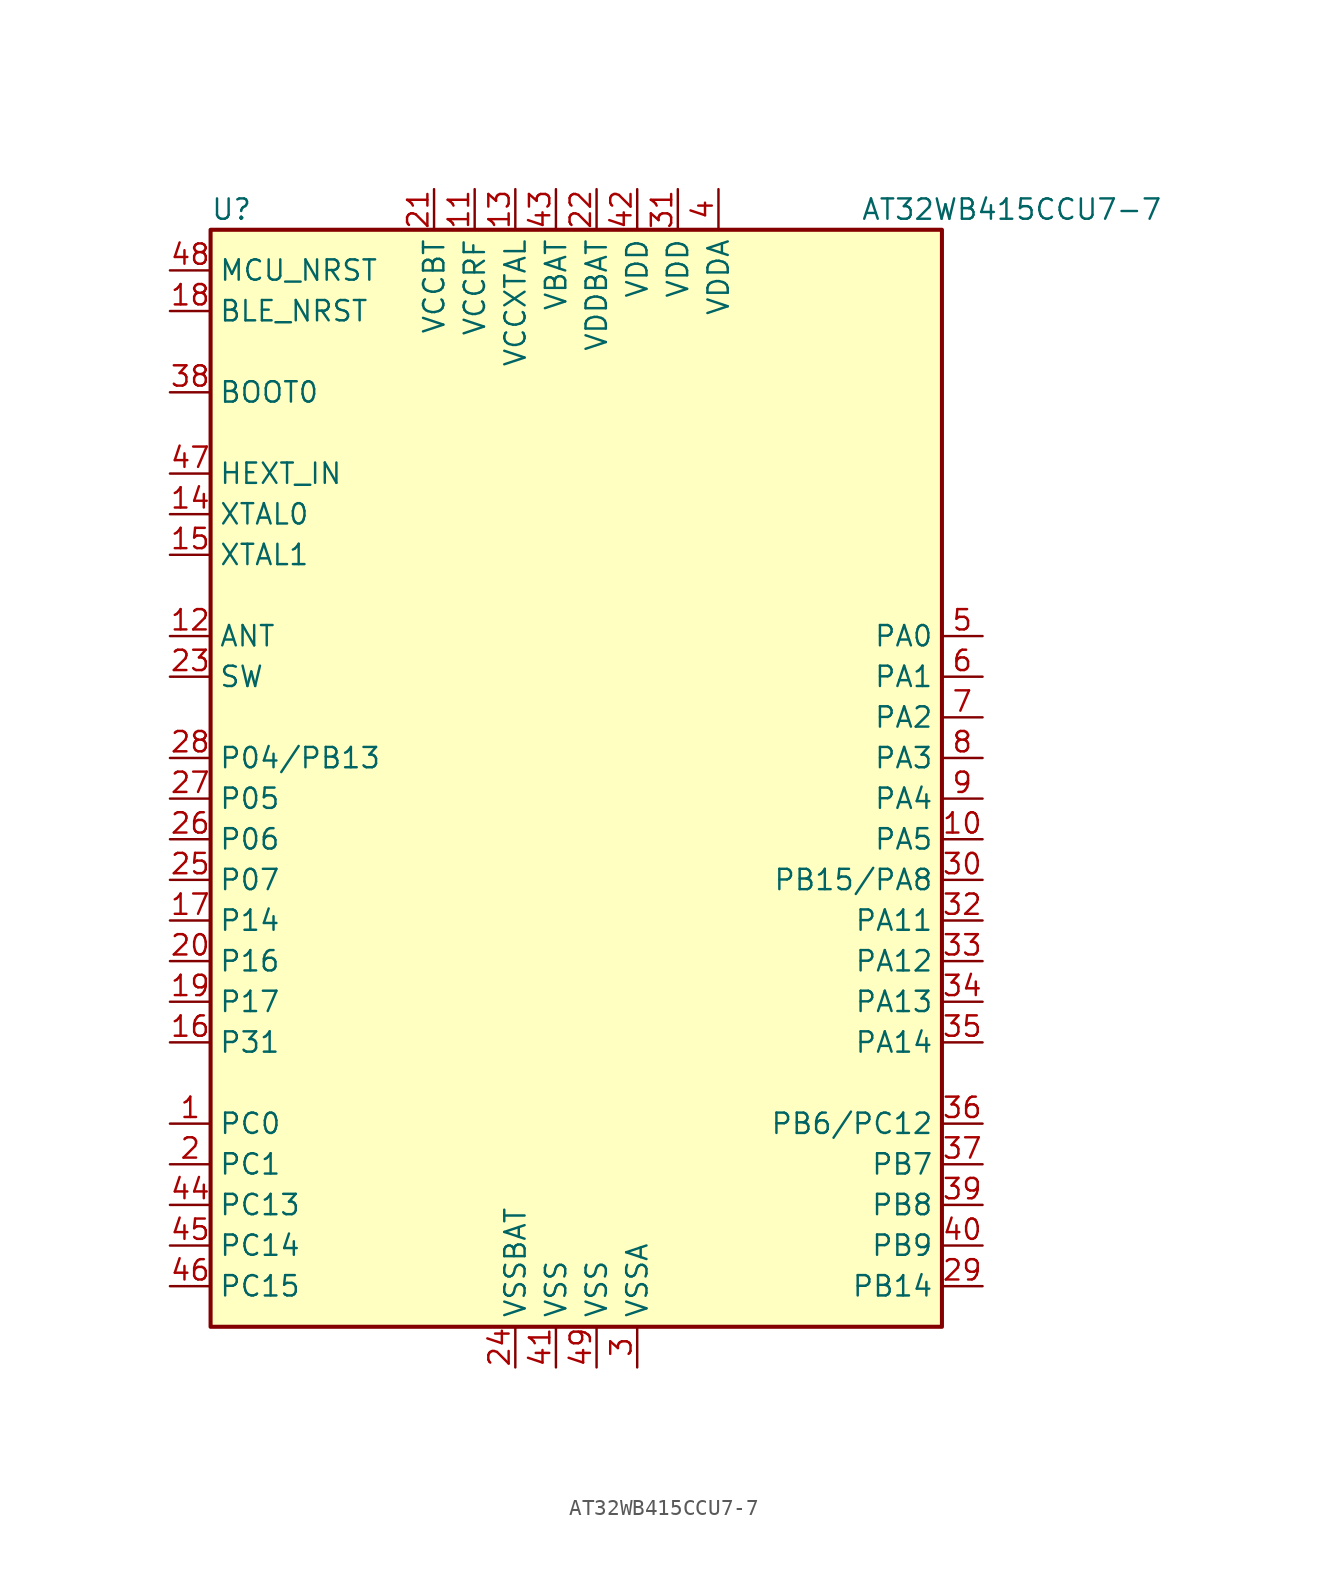
<source format=kicad_sym>
(kicad_symbol_lib
  (version 20220331)
  (generator kicad_symbol_editor)
  (symbol "AT32WB415CCU7-7"
    (property "Reference" "U"
      (at -22.86 35.56 0)
      (effects (font (size 1.27 1.27)) (justify left)))
    (property "Value" "AT32WB415CCU7-7"
      (at 17.78 35.56 0)
      (effects (font (size 1.27 1.27)) (justify left)))
    (symbol "AT32WB415CCU7-7_0_1"
      (rectangle (start -22.86 34.29) (end 22.86 -34.29) (stroke (width 0.254) (type default)) (fill (type background))))
    (symbol "AT32WB415CCU7-7_1_1"
      (pin bidirectional line (at -25.4 -21.59 0) (length 2.54) (name "PC0" (effects (font (size 1.27 1.27)))) (number "1" (effects (font (size 1.27 1.27)))))
      (pin bidirectional line (at 25.4 -3.81 180) (length 2.54) (name "PA5" (effects (font (size 1.27 1.27)))) (number "10" (effects (font (size 1.27 1.27)))))
      (pin power_in line (at -6.35 36.83 270) (length 2.54) (name "VCCRF" (effects (font (size 1.27 1.27)))) (number "11" (effects (font (size 1.27 1.27)))))
      (pin power_in line (at -25.4 8.89 0) (length 2.54) (name "ANT" (effects (font (size 1.27 1.27)))) (number "12" (effects (font (size 1.27 1.27)))))
      (pin power_in line (at -3.81 36.83 270) (length 2.54) (name "VCCXTAL" (effects (font (size 1.27 1.27)))) (number "13" (effects (font (size 1.27 1.27)))))
      (pin input line (at -25.4 16.51 0) (length 2.54) (name "XTAL0" (effects (font (size 1.27 1.27)))) (number "14" (effects (font (size 1.27 1.27)))))
      (pin input line (at -25.4 13.97 0) (length 2.54) (name "XTAL1" (effects (font (size 1.27 1.27)))) (number "15" (effects (font (size 1.27 1.27)))))
      (pin bidirectional line (at -25.4 -16.51 0) (length 2.54) (name "P31" (effects (font (size 1.27 1.27)))) (number "16" (effects (font (size 1.27 1.27)))))
      (pin bidirectional line (at -25.4 -8.89 0) (length 2.54) (name "P14" (effects (font (size 1.27 1.27)))) (number "17" (effects (font (size 1.27 1.27)))))
      (pin input line (at -25.4 29.21 0) (length 2.54) (name "BLE_NRST" (effects (font (size 1.27 1.27)))) (number "18" (effects (font (size 1.27 1.27)))))
      (pin bidirectional line (at -25.4 -13.97 0) (length 2.54) (name "P17" (effects (font (size 1.27 1.27)))) (number "19" (effects (font (size 1.27 1.27)))))
      (pin bidirectional line (at -25.4 -24.13 0) (length 2.54) (name "PC1" (effects (font (size 1.27 1.27)))) (number "2" (effects (font (size 1.27 1.27)))))
      (pin bidirectional line (at -25.4 -11.43 0) (length 2.54) (name "P16" (effects (font (size 1.27 1.27)))) (number "20" (effects (font (size 1.27 1.27)))))
      (pin power_in line (at -8.89 36.83 270) (length 2.54) (name "VCCBT" (effects (font (size 1.27 1.27)))) (number "21" (effects (font (size 1.27 1.27)))))
      (pin power_in line (at 1.27 36.83 270) (length 2.54) (name "VDDBAT" (effects (font (size 1.27 1.27)))) (number "22" (effects (font (size 1.27 1.27)))))
      (pin power_in line (at -25.4 6.35 0) (length 2.54) (name "SW" (effects (font (size 1.27 1.27)))) (number "23" (effects (font (size 1.27 1.27)))))
      (pin power_in line (at -3.81 -36.83 90) (length 2.54) (name "VSSBAT" (effects (font (size 1.27 1.27)))) (number "24" (effects (font (size 1.27 1.27)))))
      (pin bidirectional line (at -25.4 -6.35 0) (length 2.54) (name "P07" (effects (font (size 1.27 1.27)))) (number "25" (effects (font (size 1.27 1.27)))))
      (pin bidirectional line (at -25.4 -3.81 0) (length 2.54) (name "P06" (effects (font (size 1.27 1.27)))) (number "26" (effects (font (size 1.27 1.27)))))
      (pin bidirectional line (at -25.4 -1.27 0) (length 2.54) (name "P05" (effects (font (size 1.27 1.27)))) (number "27" (effects (font (size 1.27 1.27)))))
      (pin bidirectional line (at -25.4 1.27 0) (length 2.54) (name "P04/PB13" (effects (font (size 1.27 1.27)))) (number "28" (effects (font (size 1.27 1.27)))))
      (pin bidirectional line (at 25.4 -31.75 180) (length 2.54) (name "PB14" (effects (font (size 1.27 1.27)))) (number "29" (effects (font (size 1.27 1.27)))))
      (pin power_in line (at 3.81 -36.83 90) (length 2.54) (name "VSSA" (effects (font (size 1.27 1.27)))) (number "3" (effects (font (size 1.27 1.27)))))
      (pin bidirectional line (at 25.4 -6.35 180) (length 2.54) (name "PB15/PA8" (effects (font (size 1.27 1.27)))) (number "30" (effects (font (size 1.27 1.27)))))
      (pin power_in line (at 6.35 36.83 270) (length 2.54) (name "VDD" (effects (font (size 1.27 1.27)))) (number "31" (effects (font (size 1.27 1.27)))))
      (pin bidirectional line (at 25.4 -8.89 180) (length 2.54) (name "PA11" (effects (font (size 1.27 1.27)))) (number "32" (effects (font (size 1.27 1.27)))))
      (pin bidirectional line (at 25.4 -11.43 180) (length 2.54) (name "PA12" (effects (font (size 1.27 1.27)))) (number "33" (effects (font (size 1.27 1.27)))))
      (pin bidirectional line (at 25.4 -13.97 180) (length 2.54) (name "PA13" (effects (font (size 1.27 1.27)))) (number "34" (effects (font (size 1.27 1.27)))))
      (pin bidirectional line (at 25.4 -16.51 180) (length 2.54) (name "PA14" (effects (font (size 1.27 1.27)))) (number "35" (effects (font (size 1.27 1.27)))))
      (pin bidirectional line (at 25.4 -21.59 180) (length 2.54) (name "PB6/PC12" (effects (font (size 1.27 1.27)))) (number "36" (effects (font (size 1.27 1.27)))))
      (pin bidirectional line (at 25.4 -24.13 180) (length 2.54) (name "PB7" (effects (font (size 1.27 1.27)))) (number "37" (effects (font (size 1.27 1.27)))))
      (pin input line (at -25.4 24.13 0) (length 2.54) (name "BOOT0" (effects (font (size 1.27 1.27)))) (number "38" (effects (font (size 1.27 1.27)))))
      (pin bidirectional line (at 25.4 -26.67 180) (length 2.54) (name "PB8" (effects (font (size 1.27 1.27)))) (number "39" (effects (font (size 1.27 1.27)))))
      (pin power_in line (at 8.89 36.83 270) (length 2.54) (name "VDDA" (effects (font (size 1.27 1.27)))) (number "4" (effects (font (size 1.27 1.27)))))
      (pin bidirectional line (at 25.4 -29.21 180) (length 2.54) (name "PB9" (effects (font (size 1.27 1.27)))) (number "40" (effects (font (size 1.27 1.27)))))
      (pin power_in line (at -1.27 -36.83 90) (length 2.54) (name "VSS" (effects (font (size 1.27 1.27)))) (number "41" (effects (font (size 1.27 1.27)))))
      (pin power_in line (at 3.81 36.83 270) (length 2.54) (name "VDD" (effects (font (size 1.27 1.27)))) (number "42" (effects (font (size 1.27 1.27)))))
      (pin power_in line (at -1.27 36.83 270) (length 2.54) (name "VBAT" (effects (font (size 1.27 1.27)))) (number "43" (effects (font (size 1.27 1.27)))))
      (pin bidirectional line (at -25.4 -26.67 0) (length 2.54) (name "PC13" (effects (font (size 1.27 1.27)))) (number "44" (effects (font (size 1.27 1.27)))))
      (pin bidirectional line (at -25.4 -29.21 0) (length 2.54) (name "PC14" (effects (font (size 1.27 1.27)))) (number "45" (effects (font (size 1.27 1.27)))))
      (pin bidirectional line (at -25.4 -31.75 0) (length 2.54) (name "PC15" (effects (font (size 1.27 1.27)))) (number "46" (effects (font (size 1.27 1.27)))))
      (pin input line (at -25.4 19.05 0) (length 2.54) (name "HEXT_IN" (effects (font (size 1.27 1.27)))) (number "47" (effects (font (size 1.27 1.27)))))
      (pin input line (at -25.4 31.75 0) (length 2.54) (name "MCU_NRST" (effects (font (size 1.27 1.27)))) (number "48" (effects (font (size 1.27 1.27)))))
      (pin power_in line (at 1.27 -36.83 90) (length 2.54) (name "VSS" (effects (font (size 1.27 1.27)))) (number "49" (effects (font (size 1.27 1.27)))))
      (pin bidirectional line (at 25.4 8.89 180) (length 2.54) (name "PA0" (effects (font (size 1.27 1.27)))) (number "5" (effects (font (size 1.27 1.27)))))
      (pin bidirectional line (at 25.4 6.35 180) (length 2.54) (name "PA1" (effects (font (size 1.27 1.27)))) (number "6" (effects (font (size 1.27 1.27)))))
      (pin bidirectional line (at 25.4 3.81 180) (length 2.54) (name "PA2" (effects (font (size 1.27 1.27)))) (number "7" (effects (font (size 1.27 1.27)))))
      (pin bidirectional line (at 25.4 1.27 180) (length 2.54) (name "PA3" (effects (font (size 1.27 1.27)))) (number "8" (effects (font (size 1.27 1.27)))))
      (pin bidirectional line (at 25.4 -1.27 180) (length 2.54) (name "PA4" (effects (font (size 1.27 1.27)))) (number "9" (effects (font (size 1.27 1.27))))))))
</source>
